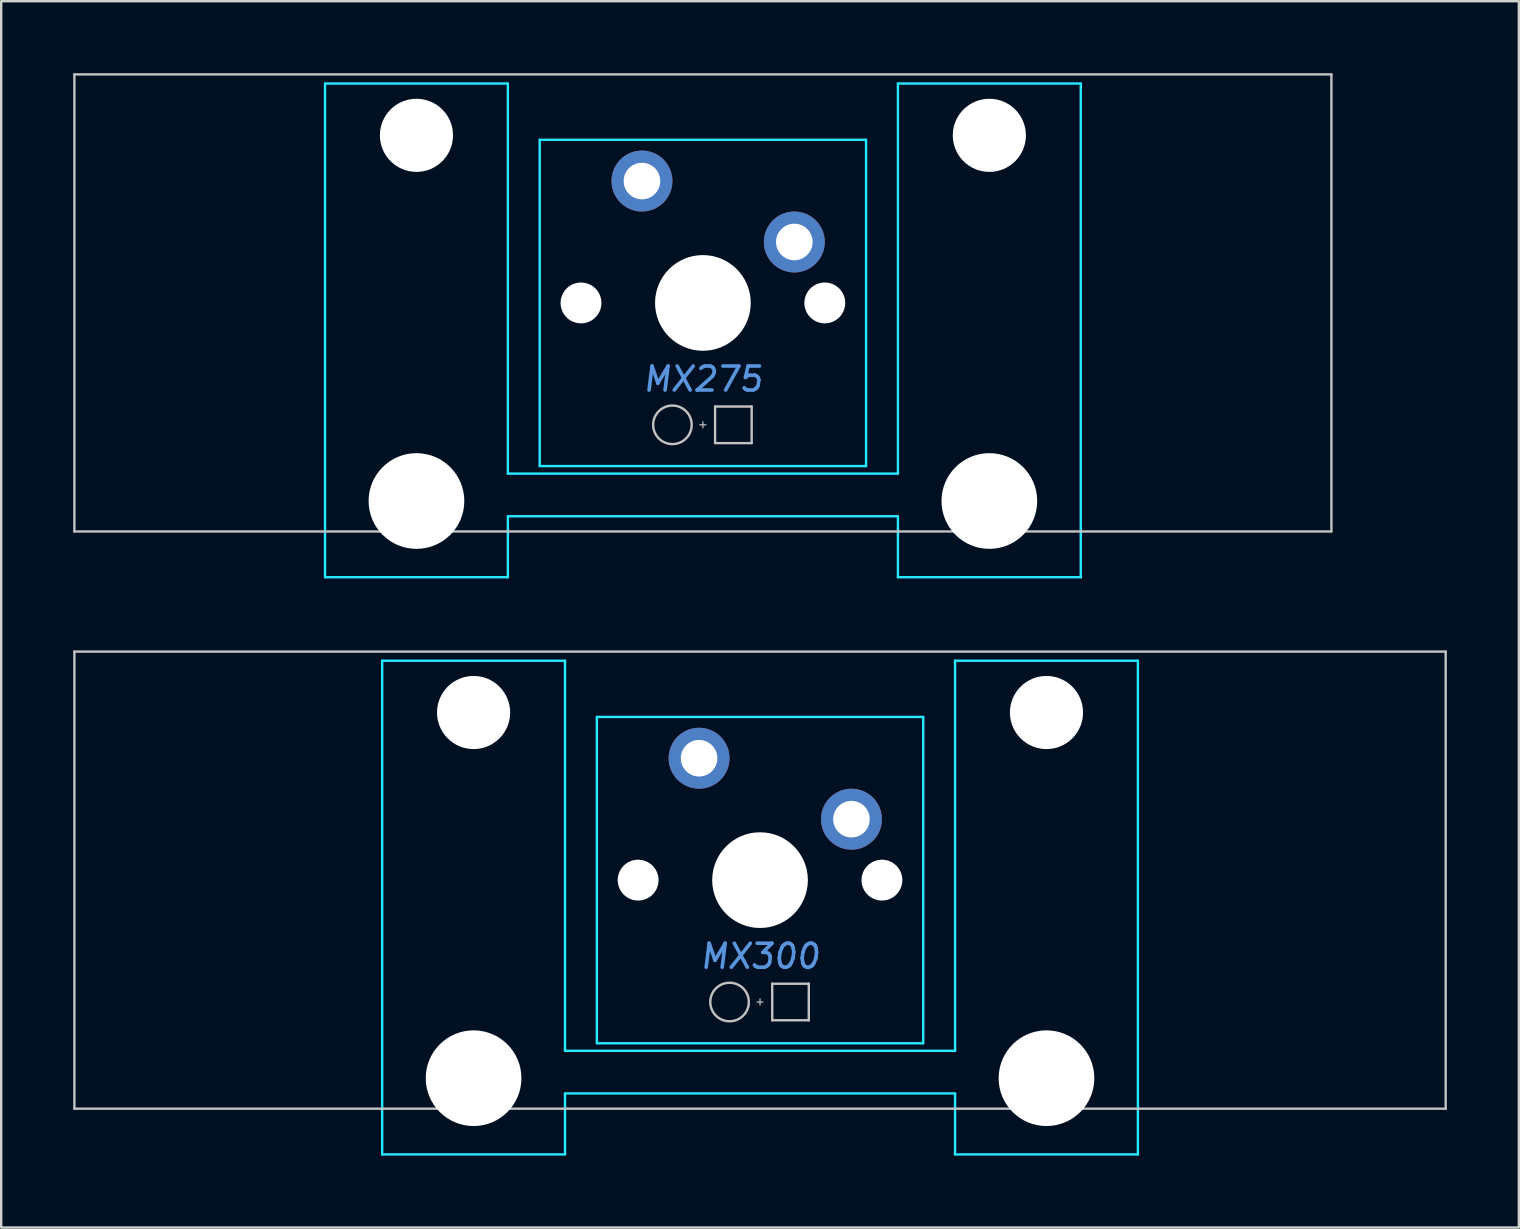
<source format=kicad_pcb>
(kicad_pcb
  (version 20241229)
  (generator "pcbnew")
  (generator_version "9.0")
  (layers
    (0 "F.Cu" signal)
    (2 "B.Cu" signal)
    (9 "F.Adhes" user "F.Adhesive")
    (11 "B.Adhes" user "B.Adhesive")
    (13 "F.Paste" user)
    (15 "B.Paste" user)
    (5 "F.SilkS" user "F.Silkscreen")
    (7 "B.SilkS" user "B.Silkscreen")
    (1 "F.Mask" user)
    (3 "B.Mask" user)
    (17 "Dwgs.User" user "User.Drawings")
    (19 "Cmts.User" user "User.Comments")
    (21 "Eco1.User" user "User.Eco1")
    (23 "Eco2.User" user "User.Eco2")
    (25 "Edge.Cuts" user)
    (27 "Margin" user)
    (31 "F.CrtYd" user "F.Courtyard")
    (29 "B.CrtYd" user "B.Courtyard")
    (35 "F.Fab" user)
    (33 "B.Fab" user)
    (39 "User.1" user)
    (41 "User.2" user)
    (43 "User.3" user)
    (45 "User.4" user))
  (footprint "MX300"
    (layer "F.Cu")
    (at 28.625 33.63)
    (property "Reference" "MX300" (at 0 3.175 0) (layer "Cmts.User") (effects (font (size 1 1) (thickness 0.15) (italic yes))))
    (attr through_hole)
    (fp_line (start -28.575 -9.525) (end -28.575 9.525) (stroke (width 0.1) (type solid)) (layer "Dwgs.User"))
    (fp_line (start -28.575 -9.525) (end 28.575 -9.525) (stroke (width 0.1) (type solid)) (layer "Dwgs.User"))
    (fp_line (start -28.575 9.525) (end 28.575 9.525) (stroke (width 0.1) (type solid)) (layer "Dwgs.User"))
    (fp_line (start -0.127 5.08) (end 0.127 5.08) (stroke (width 0.05) (type solid)) (layer "Dwgs.User"))
    (fp_line (start 0 5.207) (end 0 4.953) (stroke (width 0.05) (type solid)) (layer "Dwgs.User"))
    (fp_line (start 0.508 4.318) (end 0.508 5.842) (stroke (width 0.1) (type solid)) (layer "Dwgs.User"))
    (fp_line (start 0.508 4.318) (end 2.032 4.318) (stroke (width 0.1) (type solid)) (layer "Dwgs.User"))
    (fp_line (start 0.508 5.842) (end 2.032 5.842) (stroke (width 0.1) (type solid)) (layer "Dwgs.User"))
    (fp_line (start 2.032 5.842) (end 2.032 4.318) (stroke (width 0.1) (type solid)) (layer "Dwgs.User"))
    (fp_line (start 28.575 -9.525) (end 28.575 9.525) (stroke (width 0.1) (type solid)) (layer "Dwgs.User"))
    (fp_circle (center -1.27 5.08) (end -0.467 5.08) (stroke (width 0.1) (type solid)) (fill no) (layer "Dwgs.User"))
    (fp_line (start -15.438 -5.485) (end -15.438 8.515) (stroke (width 0.1) (type solid)) (layer "Eco1.User"))
    (fp_line (start -14.938 -5.985) (end -8.938 -5.985) (stroke (width 0.1) (type solid)) (layer "Eco1.User"))
    (fp_line (start -8.938 9.015) (end -14.938 9.015) (stroke (width 0.1) (type solid)) (layer "Eco1.User"))
    (fp_line (start -8.438 8.515) (end -8.438 -5.485) (stroke (width 0.1) (type solid)) (layer "Eco1.User"))
    (fp_line (start -7 -6.5) (end -7 6.5) (stroke (width 0.1) (type solid)) (layer "Eco1.User"))
    (fp_line (start -6.5 7) (end 6.5 7) (stroke (width 0.1) (type solid)) (layer "Eco1.User"))
    (fp_line (start 6.5 -7) (end -6.5 -7) (stroke (width 0.1) (type solid)) (layer "Eco1.User"))
    (fp_line (start 7 6.5) (end 7 -6.5) (stroke (width 0.1) (type solid)) (layer "Eco1.User"))
    (fp_line (start 8.438 -5.485) (end 8.438 8.515) (stroke (width 0.1) (type solid)) (layer "Eco1.User"))
    (fp_line (start 8.938 -5.985) (end 14.938 -5.985) (stroke (width 0.1) (type solid)) (layer "Eco1.User"))
    (fp_line (start 14.938 9.015) (end 8.938 9.015) (stroke (width 0.1) (type solid)) (layer "Eco1.User"))
    (fp_line (start 15.438 8.515) (end 15.438 -5.485) (stroke (width 0.1) (type solid)) (layer "Eco1.User"))
    (fp_arc (start -15.438 -5.485) (mid -15.291553 -5.838553) (end -14.938 -5.985) (stroke (width 0.1) (type solid)) (layer "Eco1.User"))
    (fp_arc (start -14.938 9.015) (mid -15.291553 8.868553) (end -15.438 8.515) (stroke (width 0.1) (type solid)) (layer "Eco1.User"))
    (fp_arc (start -8.938 -5.985) (mid -8.584447 -5.838553) (end -8.438 -5.485) (stroke (width 0.1) (type solid)) (layer "Eco1.User"))
    (fp_arc (start -8.438 8.515) (mid -8.584447 8.868553) (end -8.938 9.015) (stroke (width 0.1) (type solid)) (layer "Eco1.User"))
    (fp_arc (start -7 -6.5) (mid -6.853553 -6.853553) (end -6.5 -7) (stroke (width 0.1) (type solid)) (layer "Eco1.User"))
    (fp_arc (start -6.5 7) (mid -6.853553 6.853553) (end -7 6.5) (stroke (width 0.1) (type solid)) (layer "Eco1.User"))
    (fp_arc (start 6.5 -7) (mid 6.853553 -6.853553) (end 7 -6.5) (stroke (width 0.1) (type solid)) (layer "Eco1.User"))
    (fp_arc (start 7 6.5) (mid 6.853553 6.853553) (end 6.5 7) (stroke (width 0.1) (type solid)) (layer "Eco1.User"))
    (fp_arc (start 8.438 -5.485) (mid 8.584447 -5.838553) (end 8.938 -5.985) (stroke (width 0.1) (type solid)) (layer "Eco1.User"))
    (fp_arc (start 8.938 9.015) (mid 8.584447 8.868553) (end 8.438 8.515) (stroke (width 0.1) (type solid)) (layer "Eco1.User"))
    (fp_arc (start 14.938 -5.985) (mid 15.291553 -5.838553) (end 15.438 -5.485) (stroke (width 0.1) (type solid)) (layer "Eco1.User"))
    (fp_arc (start 15.438 8.515) (mid 15.291553 8.868553) (end 14.938 9.015) (stroke (width 0.1) (type solid)) (layer "Eco1.User"))
    (fp_line (start -15.748 -9.144) (end -8.128 -9.144) (stroke (width 0.1) (type solid)) (layer "B.CrtYd"))
    (fp_line (start -15.748 11.43) (end -15.748 -9.144) (stroke (width 0.1) (type solid)) (layer "B.CrtYd"))
    (fp_line (start -8.128 -9.144) (end -8.128 7.112) (stroke (width 0.1) (type solid)) (layer "B.CrtYd"))
    (fp_line (start -8.128 7.112) (end 8.128 7.112) (stroke (width 0.1) (type solid)) (layer "B.CrtYd"))
    (fp_line (start -8.128 8.89) (end 8.128 8.89) (stroke (width 0.1) (type solid)) (layer "B.CrtYd"))
    (fp_line (start -8.128 11.43) (end -15.748 11.43) (stroke (width 0.1) (type solid)) (layer "B.CrtYd"))
    (fp_line (start -8.128 11.43) (end -8.128 8.89) (stroke (width 0.1) (type solid)) (layer "B.CrtYd"))
    (fp_line (start -6.8 6.8) (end -6.8 -6.8) (stroke (width 0.1) (type solid)) (layer "B.CrtYd"))
    (fp_line (start 6.8 -6.8) (end -6.8 -6.8) (stroke (width 0.1) (type solid)) (layer "B.CrtYd"))
    (fp_line (start 6.8 6.8) (end -6.8 6.8) (stroke (width 0.1) (type solid)) (layer "B.CrtYd"))
    (fp_line (start 6.8 6.8) (end 6.8 -6.8) (stroke (width 0.1) (type solid)) (layer "B.CrtYd"))
    (fp_line (start 8.128 -9.144) (end 8.128 7.112) (stroke (width 0.1) (type solid)) (layer "B.CrtYd"))
    (fp_line (start 8.128 -9.144) (end 15.748 -9.144) (stroke (width 0.1) (type solid)) (layer "B.CrtYd"))
    (fp_line (start 8.128 11.43) (end 8.128 8.89) (stroke (width 0.1) (type solid)) (layer "B.CrtYd"))
    (fp_line (start 15.748 -9.144) (end 15.748 11.43) (stroke (width 0.1) (type solid)) (layer "B.CrtYd"))
    (fp_line (start 15.748 11.43) (end 8.128 11.43) (stroke (width 0.1) (type solid)) (layer "B.CrtYd"))
    (pad "" np_thru_hole circle (at -11.938 -6.985) (size 3.048 3.048) (drill 3.048) (layers "*.Cu" "*.Mask"))
    (pad "" np_thru_hole circle (at -11.938 8.255) (size 3.988 3.988) (drill 3.988) (layers "*.Cu" "*.Mask"))
    (pad "" np_thru_hole circle (at -5.08 0) (size 1.702 1.702) (drill 1.702) (layers "*.Cu" "*.Mask"))
    (pad "" np_thru_hole circle (at 0 0) (size 3.988 3.988) (drill 3.988) (layers "*.Cu" "*.Mask"))
    (pad "" np_thru_hole circle (at 5.08 0) (size 1.702 1.702) (drill 1.702) (layers "*.Cu" "*.Mask"))
    (pad "" np_thru_hole circle (at 11.938 -6.985) (size 3.048 3.048) (drill 3.048) (layers "*.Cu" "*.Mask"))
    (pad "" np_thru_hole circle (at 11.938 8.255) (size 3.988 3.988) (drill 3.988) (layers "*.Cu" "*.Mask"))
    (pad "1" thru_hole circle (at -2.54 -5.08) (size 2.54 2.54) (drill 1.524) (layers "*.Cu" "*.Mask"))
    (pad "2" thru_hole circle (at 3.81 -2.54) (size 2.54 2.54) (drill 1.524) (layers "*.Cu" "*.Mask")))
  (footprint "MX275"
    (layer "F.Cu")
    (at 26.244 9.575)
    (property "Reference" "MX275" (at 0 3.175 0) (layer "Cmts.User") (effects (font (size 1 1) (thickness 0.15) (italic yes))))
    (attr through_hole)
    (fp_line (start -26.194 -9.525) (end -26.194 9.525) (stroke (width 0.1) (type solid)) (layer "Dwgs.User"))
    (fp_line (start -26.194 -9.525) (end 26.194 -9.525) (stroke (width 0.1) (type solid)) (layer "Dwgs.User"))
    (fp_line (start -26.194 9.525) (end 26.194 9.525) (stroke (width 0.1) (type solid)) (layer "Dwgs.User"))
    (fp_line (start -0.127 5.08) (end 0.127 5.08) (stroke (width 0.05) (type solid)) (layer "Dwgs.User"))
    (fp_line (start 0 5.207) (end 0 4.953) (stroke (width 0.05) (type solid)) (layer "Dwgs.User"))
    (fp_line (start 0.508 4.318) (end 0.508 5.842) (stroke (width 0.1) (type solid)) (layer "Dwgs.User"))
    (fp_line (start 0.508 4.318) (end 2.032 4.318) (stroke (width 0.1) (type solid)) (layer "Dwgs.User"))
    (fp_line (start 0.508 5.842) (end 2.032 5.842) (stroke (width 0.1) (type solid)) (layer "Dwgs.User"))
    (fp_line (start 2.032 5.842) (end 2.032 4.318) (stroke (width 0.1) (type solid)) (layer "Dwgs.User"))
    (fp_line (start 26.194 -9.525) (end 26.194 9.525) (stroke (width 0.1) (type solid)) (layer "Dwgs.User"))
    (fp_circle (center -1.27 5.08) (end -0.467 5.08) (stroke (width 0.1) (type solid)) (fill no) (layer "Dwgs.User"))
    (fp_line (start -15.438 -5.485) (end -15.438 8.515) (stroke (width 0.1) (type solid)) (layer "Eco1.User"))
    (fp_line (start -14.938 -5.985) (end -8.938 -5.985) (stroke (width 0.1) (type solid)) (layer "Eco1.User"))
    (fp_line (start -8.938 9.015) (end -14.938 9.015) (stroke (width 0.1) (type solid)) (layer "Eco1.User"))
    (fp_line (start -8.438 8.515) (end -8.438 -5.485) (stroke (width 0.1) (type solid)) (layer "Eco1.User"))
    (fp_line (start -7 -6.5) (end -7 6.5) (stroke (width 0.1) (type solid)) (layer "Eco1.User"))
    (fp_line (start -6.5 7) (end 6.5 7) (stroke (width 0.1) (type solid)) (layer "Eco1.User"))
    (fp_line (start 6.5 -7) (end -6.5 -7) (stroke (width 0.1) (type solid)) (layer "Eco1.User"))
    (fp_line (start 7 6.5) (end 7 -6.5) (stroke (width 0.1) (type solid)) (layer "Eco1.User"))
    (fp_line (start 8.438 -5.485) (end 8.438 8.515) (stroke (width 0.1) (type solid)) (layer "Eco1.User"))
    (fp_line (start 8.938 -5.985) (end 14.938 -5.985) (stroke (width 0.1) (type solid)) (layer "Eco1.User"))
    (fp_line (start 14.938 9.015) (end 8.938 9.015) (stroke (width 0.1) (type solid)) (layer "Eco1.User"))
    (fp_line (start 15.438 8.515) (end 15.438 -5.485) (stroke (width 0.1) (type solid)) (layer "Eco1.User"))
    (fp_arc (start -15.438 -5.485) (mid -15.291553 -5.838553) (end -14.938 -5.985) (stroke (width 0.1) (type solid)) (layer "Eco1.User"))
    (fp_arc (start -14.938 9.015) (mid -15.291553 8.868553) (end -15.438 8.515) (stroke (width 0.1) (type solid)) (layer "Eco1.User"))
    (fp_arc (start -8.938 -5.985) (mid -8.584447 -5.838553) (end -8.438 -5.485) (stroke (width 0.1) (type solid)) (layer "Eco1.User"))
    (fp_arc (start -8.438 8.515) (mid -8.584447 8.868553) (end -8.938 9.015) (stroke (width 0.1) (type solid)) (layer "Eco1.User"))
    (fp_arc (start -7 -6.5) (mid -6.853553 -6.853553) (end -6.5 -7) (stroke (width 0.1) (type solid)) (layer "Eco1.User"))
    (fp_arc (start -6.5 7) (mid -6.853553 6.853553) (end -7 6.5) (stroke (width 0.1) (type solid)) (layer "Eco1.User"))
    (fp_arc (start 6.5 -7) (mid 6.853553 -6.853553) (end 7 -6.5) (stroke (width 0.1) (type solid)) (layer "Eco1.User"))
    (fp_arc (start 7 6.5) (mid 6.853553 6.853553) (end 6.5 7) (stroke (width 0.1) (type solid)) (layer "Eco1.User"))
    (fp_arc (start 8.438 -5.485) (mid 8.584447 -5.838553) (end 8.938 -5.985) (stroke (width 0.1) (type solid)) (layer "Eco1.User"))
    (fp_arc (start 8.938 9.015) (mid 8.584447 8.868553) (end 8.438 8.515) (stroke (width 0.1) (type solid)) (layer "Eco1.User"))
    (fp_arc (start 14.938 -5.985) (mid 15.291553 -5.838553) (end 15.438 -5.485) (stroke (width 0.1) (type solid)) (layer "Eco1.User"))
    (fp_arc (start 15.438 8.515) (mid 15.291553 8.868553) (end 14.938 9.015) (stroke (width 0.1) (type solid)) (layer "Eco1.User"))
    (fp_line (start -15.748 -9.144) (end -8.128 -9.144) (stroke (width 0.1) (type solid)) (layer "B.CrtYd"))
    (fp_line (start -15.748 11.43) (end -15.748 -9.144) (stroke (width 0.1) (type solid)) (layer "B.CrtYd"))
    (fp_line (start -8.128 -9.144) (end -8.128 7.112) (stroke (width 0.1) (type solid)) (layer "B.CrtYd"))
    (fp_line (start -8.128 7.112) (end 8.128 7.112) (stroke (width 0.1) (type solid)) (layer "B.CrtYd"))
    (fp_line (start -8.128 8.89) (end 8.128 8.89) (stroke (width 0.1) (type solid)) (layer "B.CrtYd"))
    (fp_line (start -8.128 11.43) (end -15.748 11.43) (stroke (width 0.1) (type solid)) (layer "B.CrtYd"))
    (fp_line (start -8.128 11.43) (end -8.128 8.89) (stroke (width 0.1) (type solid)) (layer "B.CrtYd"))
    (fp_line (start -6.8 6.8) (end -6.8 -6.8) (stroke (width 0.1) (type solid)) (layer "B.CrtYd"))
    (fp_line (start 6.8 -6.8) (end -6.8 -6.8) (stroke (width 0.1) (type solid)) (layer "B.CrtYd"))
    (fp_line (start 6.8 6.8) (end -6.8 6.8) (stroke (width 0.1) (type solid)) (layer "B.CrtYd"))
    (fp_line (start 6.8 6.8) (end 6.8 -6.8) (stroke (width 0.1) (type solid)) (layer "B.CrtYd"))
    (fp_line (start 8.128 -9.144) (end 8.128 7.112) (stroke (width 0.1) (type solid)) (layer "B.CrtYd"))
    (fp_line (start 8.128 -9.144) (end 15.748 -9.144) (stroke (width 0.1) (type solid)) (layer "B.CrtYd"))
    (fp_line (start 8.128 11.43) (end 8.128 8.89) (stroke (width 0.1) (type solid)) (layer "B.CrtYd"))
    (fp_line (start 15.748 -9.144) (end 15.748 11.43) (stroke (width 0.1) (type solid)) (layer "B.CrtYd"))
    (fp_line (start 15.748 11.43) (end 8.128 11.43) (stroke (width 0.1) (type solid)) (layer "B.CrtYd"))
    (pad "" np_thru_hole circle (at -11.938 -6.985) (size 3.048 3.048) (drill 3.048) (layers "*.Cu" "*.Mask"))
    (pad "" np_thru_hole circle (at -11.938 8.255) (size 3.988 3.988) (drill 3.988) (layers "*.Cu" "*.Mask"))
    (pad "" np_thru_hole circle (at -5.08 0) (size 1.702 1.702) (drill 1.702) (layers "*.Cu" "*.Mask"))
    (pad "" np_thru_hole circle (at 0 0) (size 3.988 3.988) (drill 3.988) (layers "*.Cu" "*.Mask"))
    (pad "" np_thru_hole circle (at 5.08 0) (size 1.702 1.702) (drill 1.702) (layers "*.Cu" "*.Mask"))
    (pad "" np_thru_hole circle (at 11.938 -6.985) (size 3.048 3.048) (drill 3.048) (layers "*.Cu" "*.Mask"))
    (pad "" np_thru_hole circle (at 11.938 8.255) (size 3.988 3.988) (drill 3.988) (layers "*.Cu" "*.Mask"))
    (pad "1" thru_hole circle (at -2.54 -5.08) (size 2.54 2.54) (drill 1.524) (layers "*.Cu" "*.Mask"))
    (pad "2" thru_hole circle (at 3.81 -2.54) (size 2.54 2.54) (drill 1.524) (layers "*.Cu" "*.Mask")))
  (gr_rect
    (start -3 -3)
    (end 60.25 48.11)
    (stroke (width 0.1) (type default))
    (fill no)
    (layer "Edge.Cuts")))
</source>
